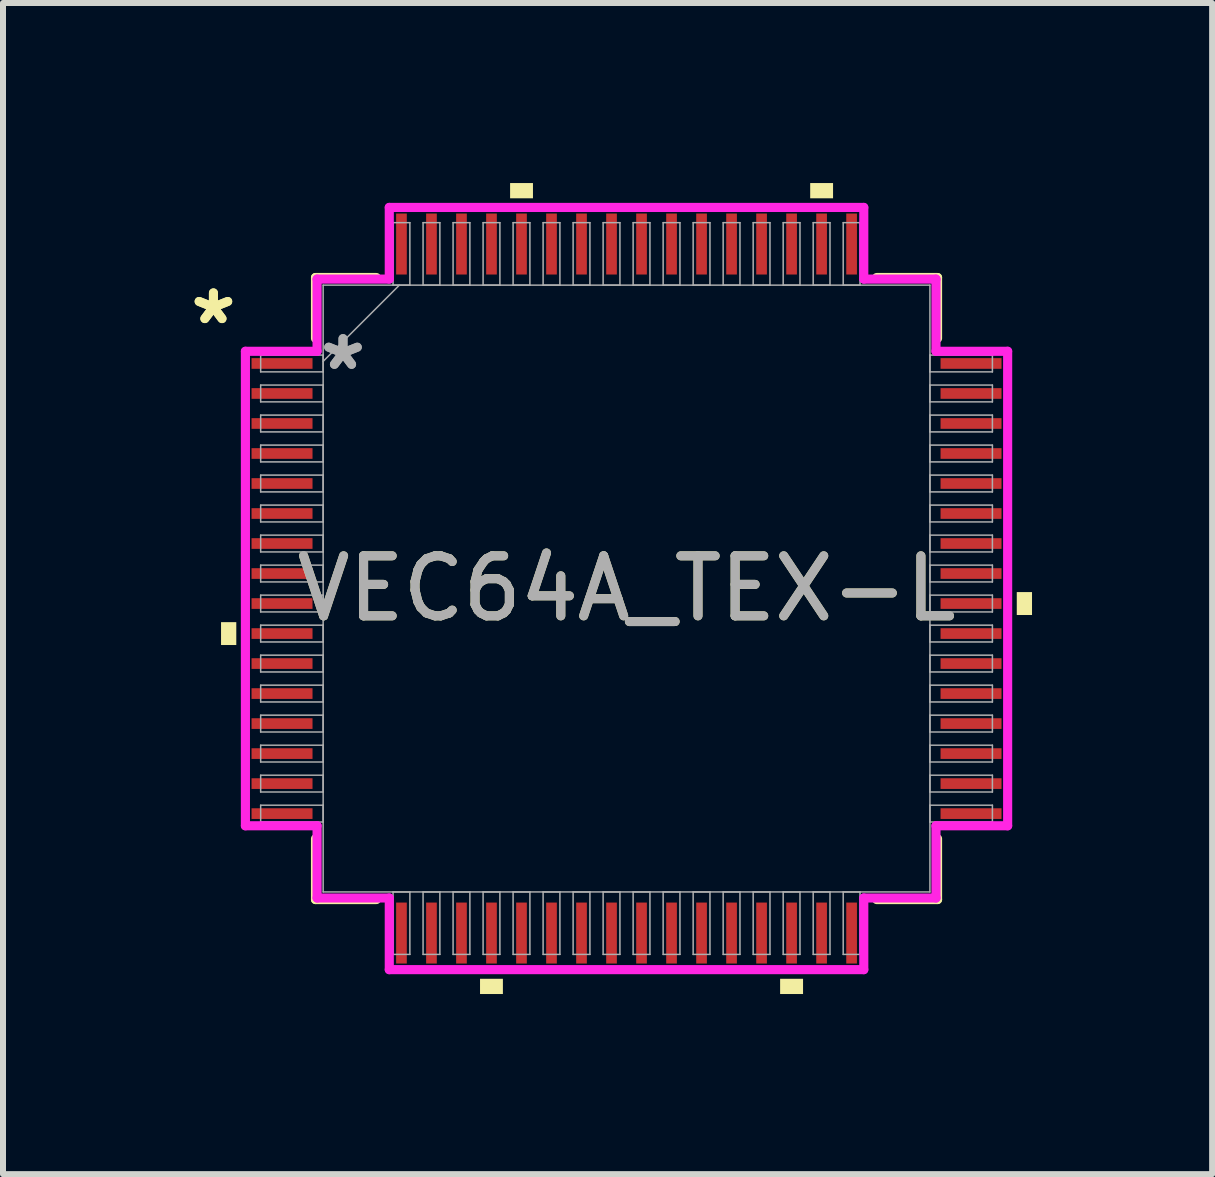
<source format=kicad_pcb>
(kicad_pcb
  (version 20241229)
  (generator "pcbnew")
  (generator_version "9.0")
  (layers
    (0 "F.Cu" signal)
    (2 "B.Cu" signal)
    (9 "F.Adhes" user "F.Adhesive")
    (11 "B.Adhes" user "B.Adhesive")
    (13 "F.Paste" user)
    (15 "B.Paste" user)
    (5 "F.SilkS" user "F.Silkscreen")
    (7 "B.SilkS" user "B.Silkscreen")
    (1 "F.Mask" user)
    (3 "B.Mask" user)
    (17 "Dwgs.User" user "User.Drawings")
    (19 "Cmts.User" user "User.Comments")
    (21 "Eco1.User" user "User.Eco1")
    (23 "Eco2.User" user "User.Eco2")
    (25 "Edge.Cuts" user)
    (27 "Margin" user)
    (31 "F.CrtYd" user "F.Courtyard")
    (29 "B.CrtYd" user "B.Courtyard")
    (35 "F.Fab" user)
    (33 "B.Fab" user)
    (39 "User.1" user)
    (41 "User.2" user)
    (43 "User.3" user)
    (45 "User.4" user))
  (footprint "VEC64A_TEX-L"
    (layer "F.Cu")
    (at 7.389 6.756)
    (property "Reference" "VEC64A_TEX-L" (at 0 0 0) (unlocked yes) (layer "F.SilkS") (effects (font (size 1 1) (thickness 0.15))))
    (attr smd)
    (fp_line (start -5.182 -5.182) (end -5.182 -4.168) (stroke (width 0.152) (type solid)) (layer "F.SilkS"))
    (fp_line (start -5.182 4.168) (end -5.182 5.182) (stroke (width 0.152) (type solid)) (layer "F.SilkS"))
    (fp_line (start -5.182 5.182) (end -4.168 5.182) (stroke (width 0.152) (type solid)) (layer "F.SilkS"))
    (fp_line (start -4.168 -5.182) (end -5.182 -5.182) (stroke (width 0.152) (type solid)) (layer "F.SilkS"))
    (fp_line (start 4.168 5.182) (end 5.182 5.182) (stroke (width 0.152) (type solid)) (layer "F.SilkS"))
    (fp_line (start 5.182 -5.182) (end 4.168 -5.182) (stroke (width 0.152) (type solid)) (layer "F.SilkS"))
    (fp_line (start 5.182 -4.168) (end 5.182 -5.182) (stroke (width 0.152) (type solid)) (layer "F.SilkS"))
    (fp_line (start 5.182 5.182) (end 5.182 4.168) (stroke (width 0.152) (type solid)) (layer "F.SilkS"))
    (fp_poly (pts (xy -6.756 0.56) (xy -6.756 0.941) (xy -6.502 0.941) (xy -6.502 0.56)) (stroke (width 0) (type solid)) (fill yes) (layer "F.SilkS"))
    (fp_poly (pts (xy -2.441 6.502) (xy -2.441 6.756) (xy -2.06 6.756) (xy -2.06 6.502)) (stroke (width 0) (type solid)) (fill yes) (layer "F.SilkS"))
    (fp_poly (pts (xy -1.94 -6.502) (xy -1.94 -6.756) (xy -1.559 -6.756) (xy -1.559 -6.502)) (stroke (width 0) (type solid)) (fill yes) (layer "F.SilkS"))
    (fp_poly (pts (xy 2.559 6.502) (xy 2.559 6.756) (xy 2.941 6.756) (xy 2.941 6.502)) (stroke (width 0) (type solid)) (fill yes) (layer "F.SilkS"))
    (fp_poly (pts (xy 3.06 -6.502) (xy 3.06 -6.756) (xy 3.441 -6.756) (xy 3.441 -6.502)) (stroke (width 0) (type solid)) (fill yes) (layer "F.SilkS"))
    (fp_poly (pts (xy 6.756 0.059) (xy 6.756 0.441) (xy 6.502 0.441) (xy 6.502 0.059)) (stroke (width 0) (type solid)) (fill yes) (layer "F.SilkS"))
    (fp_line (start -6.35 -3.953) (end -5.156 -3.953) (stroke (width 0.152) (type solid)) (layer "F.CrtYd"))
    (fp_line (start -6.35 3.953) (end -6.35 -3.953) (stroke (width 0.152) (type solid)) (layer "F.CrtYd"))
    (fp_line (start -6.35 3.953) (end -5.156 3.953) (stroke (width 0.152) (type solid)) (layer "F.CrtYd"))
    (fp_line (start -5.156 -5.156) (end -3.953 -5.156) (stroke (width 0.152) (type solid)) (layer "F.CrtYd"))
    (fp_line (start -5.156 -3.953) (end -5.156 -5.156) (stroke (width 0.152) (type solid)) (layer "F.CrtYd"))
    (fp_line (start -5.156 5.156) (end -5.156 3.953) (stroke (width 0.152) (type solid)) (layer "F.CrtYd"))
    (fp_line (start -3.953 -6.35) (end 3.953 -6.35) (stroke (width 0.152) (type solid)) (layer "F.CrtYd"))
    (fp_line (start -3.953 -5.156) (end -3.953 -6.35) (stroke (width 0.152) (type solid)) (layer "F.CrtYd"))
    (fp_line (start -3.953 5.156) (end -5.156 5.156) (stroke (width 0.152) (type solid)) (layer "F.CrtYd"))
    (fp_line (start -3.953 6.35) (end -3.953 5.156) (stroke (width 0.152) (type solid)) (layer "F.CrtYd"))
    (fp_line (start 3.953 -6.35) (end 3.953 -5.156) (stroke (width 0.152) (type solid)) (layer "F.CrtYd"))
    (fp_line (start 3.953 -5.156) (end 5.156 -5.156) (stroke (width 0.152) (type solid)) (layer "F.CrtYd"))
    (fp_line (start 3.953 5.156) (end 3.953 6.35) (stroke (width 0.152) (type solid)) (layer "F.CrtYd"))
    (fp_line (start 3.953 6.35) (end -3.953 6.35) (stroke (width 0.152) (type solid)) (layer "F.CrtYd"))
    (fp_line (start 5.156 -5.156) (end 5.156 -3.953) (stroke (width 0.152) (type solid)) (layer "F.CrtYd"))
    (fp_line (start 5.156 -3.953) (end 6.35 -3.953) (stroke (width 0.152) (type solid)) (layer "F.CrtYd"))
    (fp_line (start 5.156 3.953) (end 5.156 5.156) (stroke (width 0.152) (type solid)) (layer "F.CrtYd"))
    (fp_line (start 5.156 5.156) (end 3.953 5.156) (stroke (width 0.152) (type solid)) (layer "F.CrtYd"))
    (fp_line (start 6.35 -3.953) (end 6.35 3.953) (stroke (width 0.152) (type solid)) (layer "F.CrtYd"))
    (fp_line (start 6.35 3.953) (end 5.156 3.953) (stroke (width 0.152) (type solid)) (layer "F.CrtYd"))
    (fp_line (start -6.096 -3.89) (end -6.096 -3.61) (stroke (width 0.025) (type solid)) (layer "F.Fab"))
    (fp_line (start -6.096 -3.61) (end -5.055 -3.61) (stroke (width 0.025) (type solid)) (layer "F.Fab"))
    (fp_line (start -6.096 -3.39) (end -6.096 -3.11) (stroke (width 0.025) (type solid)) (layer "F.Fab"))
    (fp_line (start -6.096 -3.11) (end -5.055 -3.11) (stroke (width 0.025) (type solid)) (layer "F.Fab"))
    (fp_line (start -6.096 -2.89) (end -6.096 -2.61) (stroke (width 0.025) (type solid)) (layer "F.Fab"))
    (fp_line (start -6.096 -2.61) (end -5.055 -2.61) (stroke (width 0.025) (type solid)) (layer "F.Fab"))
    (fp_line (start -6.096 -2.39) (end -6.096 -2.11) (stroke (width 0.025) (type solid)) (layer "F.Fab"))
    (fp_line (start -6.096 -2.11) (end -5.055 -2.11) (stroke (width 0.025) (type solid)) (layer "F.Fab"))
    (fp_line (start -6.096 -1.89) (end -6.096 -1.61) (stroke (width 0.025) (type solid)) (layer "F.Fab"))
    (fp_line (start -6.096 -1.61) (end -5.055 -1.61) (stroke (width 0.025) (type solid)) (layer "F.Fab"))
    (fp_line (start -6.096 -1.39) (end -6.096 -1.11) (stroke (width 0.025) (type solid)) (layer "F.Fab"))
    (fp_line (start -6.096 -1.11) (end -5.055 -1.11) (stroke (width 0.025) (type solid)) (layer "F.Fab"))
    (fp_line (start -6.096 -0.89) (end -6.096 -0.61) (stroke (width 0.025) (type solid)) (layer "F.Fab"))
    (fp_line (start -6.096 -0.61) (end -5.055 -0.61) (stroke (width 0.025) (type solid)) (layer "F.Fab"))
    (fp_line (start -6.096 -0.39) (end -6.096 -0.11) (stroke (width 0.025) (type solid)) (layer "F.Fab"))
    (fp_line (start -6.096 -0.11) (end -5.055 -0.11) (stroke (width 0.025) (type solid)) (layer "F.Fab"))
    (fp_line (start -6.096 0.11) (end -6.096 0.39) (stroke (width 0.025) (type solid)) (layer "F.Fab"))
    (fp_line (start -6.096 0.39) (end -5.055 0.39) (stroke (width 0.025) (type solid)) (layer "F.Fab"))
    (fp_line (start -6.096 0.61) (end -6.096 0.89) (stroke (width 0.025) (type solid)) (layer "F.Fab"))
    (fp_line (start -6.096 0.89) (end -5.055 0.89) (stroke (width 0.025) (type solid)) (layer "F.Fab"))
    (fp_line (start -6.096 1.11) (end -6.096 1.39) (stroke (width 0.025) (type solid)) (layer "F.Fab"))
    (fp_line (start -6.096 1.39) (end -5.055 1.39) (stroke (width 0.025) (type solid)) (layer "F.Fab"))
    (fp_line (start -6.096 1.61) (end -6.096 1.89) (stroke (width 0.025) (type solid)) (layer "F.Fab"))
    (fp_line (start -6.096 1.89) (end -5.055 1.89) (stroke (width 0.025) (type solid)) (layer "F.Fab"))
    (fp_line (start -6.096 2.11) (end -6.096 2.39) (stroke (width 0.025) (type solid)) (layer "F.Fab"))
    (fp_line (start -6.096 2.39) (end -5.055 2.39) (stroke (width 0.025) (type solid)) (layer "F.Fab"))
    (fp_line (start -6.096 2.61) (end -6.096 2.89) (stroke (width 0.025) (type solid)) (layer "F.Fab"))
    (fp_line (start -6.096 2.89) (end -5.055 2.89) (stroke (width 0.025) (type solid)) (layer "F.Fab"))
    (fp_line (start -6.096 3.11) (end -6.096 3.39) (stroke (width 0.025) (type solid)) (layer "F.Fab"))
    (fp_line (start -6.096 3.39) (end -5.055 3.39) (stroke (width 0.025) (type solid)) (layer "F.Fab"))
    (fp_line (start -6.096 3.61) (end -6.096 3.89) (stroke (width 0.025) (type solid)) (layer "F.Fab"))
    (fp_line (start -6.096 3.89) (end -5.055 3.89) (stroke (width 0.025) (type solid)) (layer "F.Fab"))
    (fp_line (start -5.055 -5.055) (end -5.055 5.055) (stroke (width 0.025) (type solid)) (layer "F.Fab"))
    (fp_line (start -5.055 -3.89) (end -6.096 -3.89) (stroke (width 0.025) (type solid)) (layer "F.Fab"))
    (fp_line (start -5.055 -3.785) (end -3.785 -5.055) (stroke (width 0.025) (type solid)) (layer "F.Fab"))
    (fp_line (start -5.055 -3.61) (end -5.055 -3.89) (stroke (width 0.025) (type solid)) (layer "F.Fab"))
    (fp_line (start -5.055 -3.39) (end -6.096 -3.39) (stroke (width 0.025) (type solid)) (layer "F.Fab"))
    (fp_line (start -5.055 -3.11) (end -5.055 -3.39) (stroke (width 0.025) (type solid)) (layer "F.Fab"))
    (fp_line (start -5.055 -2.89) (end -6.096 -2.89) (stroke (width 0.025) (type solid)) (layer "F.Fab"))
    (fp_line (start -5.055 -2.61) (end -5.055 -2.89) (stroke (width 0.025) (type solid)) (layer "F.Fab"))
    (fp_line (start -5.055 -2.39) (end -6.096 -2.39) (stroke (width 0.025) (type solid)) (layer "F.Fab"))
    (fp_line (start -5.055 -2.11) (end -5.055 -2.39) (stroke (width 0.025) (type solid)) (layer "F.Fab"))
    (fp_line (start -5.055 -1.89) (end -6.096 -1.89) (stroke (width 0.025) (type solid)) (layer "F.Fab"))
    (fp_line (start -5.055 -1.61) (end -5.055 -1.89) (stroke (width 0.025) (type solid)) (layer "F.Fab"))
    (fp_line (start -5.055 -1.39) (end -6.096 -1.39) (stroke (width 0.025) (type solid)) (layer "F.Fab"))
    (fp_line (start -5.055 -1.11) (end -5.055 -1.39) (stroke (width 0.025) (type solid)) (layer "F.Fab"))
    (fp_line (start -5.055 -0.89) (end -6.096 -0.89) (stroke (width 0.025) (type solid)) (layer "F.Fab"))
    (fp_line (start -5.055 -0.61) (end -5.055 -0.89) (stroke (width 0.025) (type solid)) (layer "F.Fab"))
    (fp_line (start -5.055 -0.39) (end -6.096 -0.39) (stroke (width 0.025) (type solid)) (layer "F.Fab"))
    (fp_line (start -5.055 -0.11) (end -5.055 -0.39) (stroke (width 0.025) (type solid)) (layer "F.Fab"))
    (fp_line (start -5.055 0.11) (end -6.096 0.11) (stroke (width 0.025) (type solid)) (layer "F.Fab"))
    (fp_line (start -5.055 0.39) (end -5.055 0.11) (stroke (width 0.025) (type solid)) (layer "F.Fab"))
    (fp_line (start -5.055 0.61) (end -6.096 0.61) (stroke (width 0.025) (type solid)) (layer "F.Fab"))
    (fp_line (start -5.055 0.89) (end -5.055 0.61) (stroke (width 0.025) (type solid)) (layer "F.Fab"))
    (fp_line (start -5.055 1.11) (end -6.096 1.11) (stroke (width 0.025) (type solid)) (layer "F.Fab"))
    (fp_line (start -5.055 1.39) (end -5.055 1.11) (stroke (width 0.025) (type solid)) (layer "F.Fab"))
    (fp_line (start -5.055 1.61) (end -6.096 1.61) (stroke (width 0.025) (type solid)) (layer "F.Fab"))
    (fp_line (start -5.055 1.89) (end -5.055 1.61) (stroke (width 0.025) (type solid)) (layer "F.Fab"))
    (fp_line (start -5.055 2.11) (end -6.096 2.11) (stroke (width 0.025) (type solid)) (layer "F.Fab"))
    (fp_line (start -5.055 2.39) (end -5.055 2.11) (stroke (width 0.025) (type solid)) (layer "F.Fab"))
    (fp_line (start -5.055 2.61) (end -6.096 2.61) (stroke (width 0.025) (type solid)) (layer "F.Fab"))
    (fp_line (start -5.055 2.89) (end -5.055 2.61) (stroke (width 0.025) (type solid)) (layer "F.Fab"))
    (fp_line (start -5.055 3.11) (end -6.096 3.11) (stroke (width 0.025) (type solid)) (layer "F.Fab"))
    (fp_line (start -5.055 3.39) (end -5.055 3.11) (stroke (width 0.025) (type solid)) (layer "F.Fab"))
    (fp_line (start -5.055 3.61) (end -6.096 3.61) (stroke (width 0.025) (type solid)) (layer "F.Fab"))
    (fp_line (start -5.055 3.89) (end -5.055 3.61) (stroke (width 0.025) (type solid)) (layer "F.Fab"))
    (fp_line (start -5.055 5.055) (end 5.055 5.055) (stroke (width 0.025) (type solid)) (layer "F.Fab"))
    (fp_line (start -3.89 -6.096) (end -3.89 -5.055) (stroke (width 0.025) (type solid)) (layer "F.Fab"))
    (fp_line (start -3.89 -5.055) (end -3.61 -5.055) (stroke (width 0.025) (type solid)) (layer "F.Fab"))
    (fp_line (start -3.89 5.055) (end -3.89 6.096) (stroke (width 0.025) (type solid)) (layer "F.Fab"))
    (fp_line (start -3.89 6.096) (end -3.61 6.096) (stroke (width 0.025) (type solid)) (layer "F.Fab"))
    (fp_line (start -3.61 -6.096) (end -3.89 -6.096) (stroke (width 0.025) (type solid)) (layer "F.Fab"))
    (fp_line (start -3.61 -5.055) (end -3.61 -6.096) (stroke (width 0.025) (type solid)) (layer "F.Fab"))
    (fp_line (start -3.61 5.055) (end -3.89 5.055) (stroke (width 0.025) (type solid)) (layer "F.Fab"))
    (fp_line (start -3.61 6.096) (end -3.61 5.055) (stroke (width 0.025) (type solid)) (layer "F.Fab"))
    (fp_line (start -3.39 -6.096) (end -3.39 -5.055) (stroke (width 0.025) (type solid)) (layer "F.Fab"))
    (fp_line (start -3.39 -5.055) (end -3.11 -5.055) (stroke (width 0.025) (type solid)) (layer "F.Fab"))
    (fp_line (start -3.39 5.055) (end -3.39 6.096) (stroke (width 0.025) (type solid)) (layer "F.Fab"))
    (fp_line (start -3.39 6.096) (end -3.11 6.096) (stroke (width 0.025) (type solid)) (layer "F.Fab"))
    (fp_line (start -3.11 -6.096) (end -3.39 -6.096) (stroke (width 0.025) (type solid)) (layer "F.Fab"))
    (fp_line (start -3.11 -5.055) (end -3.11 -6.096) (stroke (width 0.025) (type solid)) (layer "F.Fab"))
    (fp_line (start -3.11 5.055) (end -3.39 5.055) (stroke (width 0.025) (type solid)) (layer "F.Fab"))
    (fp_line (start -3.11 6.096) (end -3.11 5.055) (stroke (width 0.025) (type solid)) (layer "F.Fab"))
    (fp_line (start -2.89 -6.096) (end -2.89 -5.055) (stroke (width 0.025) (type solid)) (layer "F.Fab"))
    (fp_line (start -2.89 -5.055) (end -2.61 -5.055) (stroke (width 0.025) (type solid)) (layer "F.Fab"))
    (fp_line (start -2.89 5.055) (end -2.89 6.096) (stroke (width 0.025) (type solid)) (layer "F.Fab"))
    (fp_line (start -2.89 6.096) (end -2.61 6.096) (stroke (width 0.025) (type solid)) (layer "F.Fab"))
    (fp_line (start -2.61 -6.096) (end -2.89 -6.096) (stroke (width 0.025) (type solid)) (layer "F.Fab"))
    (fp_line (start -2.61 -5.055) (end -2.61 -6.096) (stroke (width 0.025) (type solid)) (layer "F.Fab"))
    (fp_line (start -2.61 5.055) (end -2.89 5.055) (stroke (width 0.025) (type solid)) (layer "F.Fab"))
    (fp_line (start -2.61 6.096) (end -2.61 5.055) (stroke (width 0.025) (type solid)) (layer "F.Fab"))
    (fp_line (start -2.39 -6.096) (end -2.39 -5.055) (stroke (width 0.025) (type solid)) (layer "F.Fab"))
    (fp_line (start -2.39 -5.055) (end -2.11 -5.055) (stroke (width 0.025) (type solid)) (layer "F.Fab"))
    (fp_line (start -2.39 5.055) (end -2.39 6.096) (stroke (width 0.025) (type solid)) (layer "F.Fab"))
    (fp_line (start -2.39 6.096) (end -2.11 6.096) (stroke (width 0.025) (type solid)) (layer "F.Fab"))
    (fp_line (start -2.11 -6.096) (end -2.39 -6.096) (stroke (width 0.025) (type solid)) (layer "F.Fab"))
    (fp_line (start -2.11 -5.055) (end -2.11 -6.096) (stroke (width 0.025) (type solid)) (layer "F.Fab"))
    (fp_line (start -2.11 5.055) (end -2.39 5.055) (stroke (width 0.025) (type solid)) (layer "F.Fab"))
    (fp_line (start -2.11 6.096) (end -2.11 5.055) (stroke (width 0.025) (type solid)) (layer "F.Fab"))
    (fp_line (start -1.89 -6.096) (end -1.89 -5.055) (stroke (width 0.025) (type solid)) (layer "F.Fab"))
    (fp_line (start -1.89 -5.055) (end -1.61 -5.055) (stroke (width 0.025) (type solid)) (layer "F.Fab"))
    (fp_line (start -1.89 5.055) (end -1.89 6.096) (stroke (width 0.025) (type solid)) (layer "F.Fab"))
    (fp_line (start -1.89 6.096) (end -1.61 6.096) (stroke (width 0.025) (type solid)) (layer "F.Fab"))
    (fp_line (start -1.61 -6.096) (end -1.89 -6.096) (stroke (width 0.025) (type solid)) (layer "F.Fab"))
    (fp_line (start -1.61 -5.055) (end -1.61 -6.096) (stroke (width 0.025) (type solid)) (layer "F.Fab"))
    (fp_line (start -1.61 5.055) (end -1.89 5.055) (stroke (width 0.025) (type solid)) (layer "F.Fab"))
    (fp_line (start -1.61 6.096) (end -1.61 5.055) (stroke (width 0.025) (type solid)) (layer "F.Fab"))
    (fp_line (start -1.39 -6.096) (end -1.39 -5.055) (stroke (width 0.025) (type solid)) (layer "F.Fab"))
    (fp_line (start -1.39 -5.055) (end -1.11 -5.055) (stroke (width 0.025) (type solid)) (layer "F.Fab"))
    (fp_line (start -1.39 5.055) (end -1.39 6.096) (stroke (width 0.025) (type solid)) (layer "F.Fab"))
    (fp_line (start -1.39 6.096) (end -1.11 6.096) (stroke (width 0.025) (type solid)) (layer "F.Fab"))
    (fp_line (start -1.11 -6.096) (end -1.39 -6.096) (stroke (width 0.025) (type solid)) (layer "F.Fab"))
    (fp_line (start -1.11 -5.055) (end -1.11 -6.096) (stroke (width 0.025) (type solid)) (layer "F.Fab"))
    (fp_line (start -1.11 5.055) (end -1.39 5.055) (stroke (width 0.025) (type solid)) (layer "F.Fab"))
    (fp_line (start -1.11 6.096) (end -1.11 5.055) (stroke (width 0.025) (type solid)) (layer "F.Fab"))
    (fp_line (start -0.89 -6.096) (end -0.89 -5.055) (stroke (width 0.025) (type solid)) (layer "F.Fab"))
    (fp_line (start -0.89 -5.055) (end -0.61 -5.055) (stroke (width 0.025) (type solid)) (layer "F.Fab"))
    (fp_line (start -0.89 5.055) (end -0.89 6.096) (stroke (width 0.025) (type solid)) (layer "F.Fab"))
    (fp_line (start -0.89 6.096) (end -0.61 6.096) (stroke (width 0.025) (type solid)) (layer "F.Fab"))
    (fp_line (start -0.61 -6.096) (end -0.89 -6.096) (stroke (width 0.025) (type solid)) (layer "F.Fab"))
    (fp_line (start -0.61 -5.055) (end -0.61 -6.096) (stroke (width 0.025) (type solid)) (layer "F.Fab"))
    (fp_line (start -0.61 5.055) (end -0.89 5.055) (stroke (width 0.025) (type solid)) (layer "F.Fab"))
    (fp_line (start -0.61 6.096) (end -0.61 5.055) (stroke (width 0.025) (type solid)) (layer "F.Fab"))
    (fp_line (start -0.39 -6.096) (end -0.39 -5.055) (stroke (width 0.025) (type solid)) (layer "F.Fab"))
    (fp_line (start -0.39 -5.055) (end -0.11 -5.055) (stroke (width 0.025) (type solid)) (layer "F.Fab"))
    (fp_line (start -0.39 5.055) (end -0.39 6.096) (stroke (width 0.025) (type solid)) (layer "F.Fab"))
    (fp_line (start -0.39 6.096) (end -0.11 6.096) (stroke (width 0.025) (type solid)) (layer "F.Fab"))
    (fp_line (start -0.11 -6.096) (end -0.39 -6.096) (stroke (width 0.025) (type solid)) (layer "F.Fab"))
    (fp_line (start -0.11 -5.055) (end -0.11 -6.096) (stroke (width 0.025) (type solid)) (layer "F.Fab"))
    (fp_line (start -0.11 5.055) (end -0.39 5.055) (stroke (width 0.025) (type solid)) (layer "F.Fab"))
    (fp_line (start -0.11 6.096) (end -0.11 5.055) (stroke (width 0.025) (type solid)) (layer "F.Fab"))
    (fp_line (start 0.11 -6.096) (end 0.11 -5.055) (stroke (width 0.025) (type solid)) (layer "F.Fab"))
    (fp_line (start 0.11 -5.055) (end 0.39 -5.055) (stroke (width 0.025) (type solid)) (layer "F.Fab"))
    (fp_line (start 0.11 5.055) (end 0.11 6.096) (stroke (width 0.025) (type solid)) (layer "F.Fab"))
    (fp_line (start 0.11 6.096) (end 0.39 6.096) (stroke (width 0.025) (type solid)) (layer "F.Fab"))
    (fp_line (start 0.39 -6.096) (end 0.11 -6.096) (stroke (width 0.025) (type solid)) (layer "F.Fab"))
    (fp_line (start 0.39 -5.055) (end 0.39 -6.096) (stroke (width 0.025) (type solid)) (layer "F.Fab"))
    (fp_line (start 0.39 5.055) (end 0.11 5.055) (stroke (width 0.025) (type solid)) (layer "F.Fab"))
    (fp_line (start 0.39 6.096) (end 0.39 5.055) (stroke (width 0.025) (type solid)) (layer "F.Fab"))
    (fp_line (start 0.61 -6.096) (end 0.61 -5.055) (stroke (width 0.025) (type solid)) (layer "F.Fab"))
    (fp_line (start 0.61 -5.055) (end 0.89 -5.055) (stroke (width 0.025) (type solid)) (layer "F.Fab"))
    (fp_line (start 0.61 5.055) (end 0.61 6.096) (stroke (width 0.025) (type solid)) (layer "F.Fab"))
    (fp_line (start 0.61 6.096) (end 0.89 6.096) (stroke (width 0.025) (type solid)) (layer "F.Fab"))
    (fp_line (start 0.89 -6.096) (end 0.61 -6.096) (stroke (width 0.025) (type solid)) (layer "F.Fab"))
    (fp_line (start 0.89 -5.055) (end 0.89 -6.096) (stroke (width 0.025) (type solid)) (layer "F.Fab"))
    (fp_line (start 0.89 5.055) (end 0.61 5.055) (stroke (width 0.025) (type solid)) (layer "F.Fab"))
    (fp_line (start 0.89 6.096) (end 0.89 5.055) (stroke (width 0.025) (type solid)) (layer "F.Fab"))
    (fp_line (start 1.11 -6.096) (end 1.11 -5.055) (stroke (width 0.025) (type solid)) (layer "F.Fab"))
    (fp_line (start 1.11 -5.055) (end 1.39 -5.055) (stroke (width 0.025) (type solid)) (layer "F.Fab"))
    (fp_line (start 1.11 5.055) (end 1.11 6.096) (stroke (width 0.025) (type solid)) (layer "F.Fab"))
    (fp_line (start 1.11 6.096) (end 1.39 6.096) (stroke (width 0.025) (type solid)) (layer "F.Fab"))
    (fp_line (start 1.39 -6.096) (end 1.11 -6.096) (stroke (width 0.025) (type solid)) (layer "F.Fab"))
    (fp_line (start 1.39 -5.055) (end 1.39 -6.096) (stroke (width 0.025) (type solid)) (layer "F.Fab"))
    (fp_line (start 1.39 5.055) (end 1.11 5.055) (stroke (width 0.025) (type solid)) (layer "F.Fab"))
    (fp_line (start 1.39 6.096) (end 1.39 5.055) (stroke (width 0.025) (type solid)) (layer "F.Fab"))
    (fp_line (start 1.61 -6.096) (end 1.61 -5.055) (stroke (width 0.025) (type solid)) (layer "F.Fab"))
    (fp_line (start 1.61 -5.055) (end 1.89 -5.055) (stroke (width 0.025) (type solid)) (layer "F.Fab"))
    (fp_line (start 1.61 5.055) (end 1.61 6.096) (stroke (width 0.025) (type solid)) (layer "F.Fab"))
    (fp_line (start 1.61 6.096) (end 1.89 6.096) (stroke (width 0.025) (type solid)) (layer "F.Fab"))
    (fp_line (start 1.89 -6.096) (end 1.61 -6.096) (stroke (width 0.025) (type solid)) (layer "F.Fab"))
    (fp_line (start 1.89 -5.055) (end 1.89 -6.096) (stroke (width 0.025) (type solid)) (layer "F.Fab"))
    (fp_line (start 1.89 5.055) (end 1.61 5.055) (stroke (width 0.025) (type solid)) (layer "F.Fab"))
    (fp_line (start 1.89 6.096) (end 1.89 5.055) (stroke (width 0.025) (type solid)) (layer "F.Fab"))
    (fp_line (start 2.11 -6.096) (end 2.11 -5.055) (stroke (width 0.025) (type solid)) (layer "F.Fab"))
    (fp_line (start 2.11 -5.055) (end 2.39 -5.055) (stroke (width 0.025) (type solid)) (layer "F.Fab"))
    (fp_line (start 2.11 5.055) (end 2.11 6.096) (stroke (width 0.025) (type solid)) (layer "F.Fab"))
    (fp_line (start 2.11 6.096) (end 2.39 6.096) (stroke (width 0.025) (type solid)) (layer "F.Fab"))
    (fp_line (start 2.39 -6.096) (end 2.11 -6.096) (stroke (width 0.025) (type solid)) (layer "F.Fab"))
    (fp_line (start 2.39 -5.055) (end 2.39 -6.096) (stroke (width 0.025) (type solid)) (layer "F.Fab"))
    (fp_line (start 2.39 5.055) (end 2.11 5.055) (stroke (width 0.025) (type solid)) (layer "F.Fab"))
    (fp_line (start 2.39 6.096) (end 2.39 5.055) (stroke (width 0.025) (type solid)) (layer "F.Fab"))
    (fp_line (start 2.61 -6.096) (end 2.61 -5.055) (stroke (width 0.025) (type solid)) (layer "F.Fab"))
    (fp_line (start 2.61 -5.055) (end 2.89 -5.055) (stroke (width 0.025) (type solid)) (layer "F.Fab"))
    (fp_line (start 2.61 5.055) (end 2.61 6.096) (stroke (width 0.025) (type solid)) (layer "F.Fab"))
    (fp_line (start 2.61 6.096) (end 2.89 6.096) (stroke (width 0.025) (type solid)) (layer "F.Fab"))
    (fp_line (start 2.89 -6.096) (end 2.61 -6.096) (stroke (width 0.025) (type solid)) (layer "F.Fab"))
    (fp_line (start 2.89 -5.055) (end 2.89 -6.096) (stroke (width 0.025) (type solid)) (layer "F.Fab"))
    (fp_line (start 2.89 5.055) (end 2.61 5.055) (stroke (width 0.025) (type solid)) (layer "F.Fab"))
    (fp_line (start 2.89 6.096) (end 2.89 5.055) (stroke (width 0.025) (type solid)) (layer "F.Fab"))
    (fp_line (start 3.11 -6.096) (end 3.11 -5.055) (stroke (width 0.025) (type solid)) (layer "F.Fab"))
    (fp_line (start 3.11 -5.055) (end 3.39 -5.055) (stroke (width 0.025) (type solid)) (layer "F.Fab"))
    (fp_line (start 3.11 5.055) (end 3.11 6.096) (stroke (width 0.025) (type solid)) (layer "F.Fab"))
    (fp_line (start 3.11 6.096) (end 3.39 6.096) (stroke (width 0.025) (type solid)) (layer "F.Fab"))
    (fp_line (start 3.39 -6.096) (end 3.11 -6.096) (stroke (width 0.025) (type solid)) (layer "F.Fab"))
    (fp_line (start 3.39 -5.055) (end 3.39 -6.096) (stroke (width 0.025) (type solid)) (layer "F.Fab"))
    (fp_line (start 3.39 5.055) (end 3.11 5.055) (stroke (width 0.025) (type solid)) (layer "F.Fab"))
    (fp_line (start 3.39 6.096) (end 3.39 5.055) (stroke (width 0.025) (type solid)) (layer "F.Fab"))
    (fp_line (start 3.61 -6.096) (end 3.61 -5.055) (stroke (width 0.025) (type solid)) (layer "F.Fab"))
    (fp_line (start 3.61 -5.055) (end 3.89 -5.055) (stroke (width 0.025) (type solid)) (layer "F.Fab"))
    (fp_line (start 3.61 5.055) (end 3.61 6.096) (stroke (width 0.025) (type solid)) (layer "F.Fab"))
    (fp_line (start 3.61 6.096) (end 3.89 6.096) (stroke (width 0.025) (type solid)) (layer "F.Fab"))
    (fp_line (start 3.89 -6.096) (end 3.61 -6.096) (stroke (width 0.025) (type solid)) (layer "F.Fab"))
    (fp_line (start 3.89 -5.055) (end 3.89 -6.096) (stroke (width 0.025) (type solid)) (layer "F.Fab"))
    (fp_line (start 3.89 5.055) (end 3.61 5.055) (stroke (width 0.025) (type solid)) (layer "F.Fab"))
    (fp_line (start 3.89 6.096) (end 3.89 5.055) (stroke (width 0.025) (type solid)) (layer "F.Fab"))
    (fp_line (start 5.055 -5.055) (end -5.055 -5.055) (stroke (width 0.025) (type solid)) (layer "F.Fab"))
    (fp_line (start 5.055 -3.89) (end 5.055 -3.61) (stroke (width 0.025) (type solid)) (layer "F.Fab"))
    (fp_line (start 5.055 -3.61) (end 6.096 -3.61) (stroke (width 0.025) (type solid)) (layer "F.Fab"))
    (fp_line (start 5.055 -3.39) (end 5.055 -3.11) (stroke (width 0.025) (type solid)) (layer "F.Fab"))
    (fp_line (start 5.055 -3.11) (end 6.096 -3.11) (stroke (width 0.025) (type solid)) (layer "F.Fab"))
    (fp_line (start 5.055 -2.89) (end 5.055 -2.61) (stroke (width 0.025) (type solid)) (layer "F.Fab"))
    (fp_line (start 5.055 -2.61) (end 6.096 -2.61) (stroke (width 0.025) (type solid)) (layer "F.Fab"))
    (fp_line (start 5.055 -2.39) (end 5.055 -2.11) (stroke (width 0.025) (type solid)) (layer "F.Fab"))
    (fp_line (start 5.055 -2.11) (end 6.096 -2.11) (stroke (width 0.025) (type solid)) (layer "F.Fab"))
    (fp_line (start 5.055 -1.89) (end 5.055 -1.61) (stroke (width 0.025) (type solid)) (layer "F.Fab"))
    (fp_line (start 5.055 -1.61) (end 6.096 -1.61) (stroke (width 0.025) (type solid)) (layer "F.Fab"))
    (fp_line (start 5.055 -1.39) (end 5.055 -1.11) (stroke (width 0.025) (type solid)) (layer "F.Fab"))
    (fp_line (start 5.055 -1.11) (end 6.096 -1.11) (stroke (width 0.025) (type solid)) (layer "F.Fab"))
    (fp_line (start 5.055 -0.89) (end 5.055 -0.61) (stroke (width 0.025) (type solid)) (layer "F.Fab"))
    (fp_line (start 5.055 -0.61) (end 6.096 -0.61) (stroke (width 0.025) (type solid)) (layer "F.Fab"))
    (fp_line (start 5.055 -0.39) (end 5.055 -0.11) (stroke (width 0.025) (type solid)) (layer "F.Fab"))
    (fp_line (start 5.055 -0.11) (end 6.096 -0.11) (stroke (width 0.025) (type solid)) (layer "F.Fab"))
    (fp_line (start 5.055 0.11) (end 5.055 0.39) (stroke (width 0.025) (type solid)) (layer "F.Fab"))
    (fp_line (start 5.055 0.39) (end 6.096 0.39) (stroke (width 0.025) (type solid)) (layer "F.Fab"))
    (fp_line (start 5.055 0.61) (end 5.055 0.89) (stroke (width 0.025) (type solid)) (layer "F.Fab"))
    (fp_line (start 5.055 0.89) (end 6.096 0.89) (stroke (width 0.025) (type solid)) (layer "F.Fab"))
    (fp_line (start 5.055 1.11) (end 5.055 1.39) (stroke (width 0.025) (type solid)) (layer "F.Fab"))
    (fp_line (start 5.055 1.39) (end 6.096 1.39) (stroke (width 0.025) (type solid)) (layer "F.Fab"))
    (fp_line (start 5.055 1.61) (end 5.055 1.89) (stroke (width 0.025) (type solid)) (layer "F.Fab"))
    (fp_line (start 5.055 1.89) (end 6.096 1.89) (stroke (width 0.025) (type solid)) (layer "F.Fab"))
    (fp_line (start 5.055 2.11) (end 5.055 2.39) (stroke (width 0.025) (type solid)) (layer "F.Fab"))
    (fp_line (start 5.055 2.39) (end 6.096 2.39) (stroke (width 0.025) (type solid)) (layer "F.Fab"))
    (fp_line (start 5.055 2.61) (end 5.055 2.89) (stroke (width 0.025) (type solid)) (layer "F.Fab"))
    (fp_line (start 5.055 2.89) (end 6.096 2.89) (stroke (width 0.025) (type solid)) (layer "F.Fab"))
    (fp_line (start 5.055 3.11) (end 5.055 3.39) (stroke (width 0.025) (type solid)) (layer "F.Fab"))
    (fp_line (start 5.055 3.39) (end 6.096 3.39) (stroke (width 0.025) (type solid)) (layer "F.Fab"))
    (fp_line (start 5.055 3.61) (end 5.055 3.89) (stroke (width 0.025) (type solid)) (layer "F.Fab"))
    (fp_line (start 5.055 3.89) (end 6.096 3.89) (stroke (width 0.025) (type solid)) (layer "F.Fab"))
    (fp_line (start 5.055 5.055) (end 5.055 -5.055) (stroke (width 0.025) (type solid)) (layer "F.Fab"))
    (fp_line (start 6.096 -3.89) (end 5.055 -3.89) (stroke (width 0.025) (type solid)) (layer "F.Fab"))
    (fp_line (start 6.096 -3.61) (end 6.096 -3.89) (stroke (width 0.025) (type solid)) (layer "F.Fab"))
    (fp_line (start 6.096 -3.39) (end 5.055 -3.39) (stroke (width 0.025) (type solid)) (layer "F.Fab"))
    (fp_line (start 6.096 -3.11) (end 6.096 -3.39) (stroke (width 0.025) (type solid)) (layer "F.Fab"))
    (fp_line (start 6.096 -2.89) (end 5.055 -2.89) (stroke (width 0.025) (type solid)) (layer "F.Fab"))
    (fp_line (start 6.096 -2.61) (end 6.096 -2.89) (stroke (width 0.025) (type solid)) (layer "F.Fab"))
    (fp_line (start 6.096 -2.39) (end 5.055 -2.39) (stroke (width 0.025) (type solid)) (layer "F.Fab"))
    (fp_line (start 6.096 -2.11) (end 6.096 -2.39) (stroke (width 0.025) (type solid)) (layer "F.Fab"))
    (fp_line (start 6.096 -1.89) (end 5.055 -1.89) (stroke (width 0.025) (type solid)) (layer "F.Fab"))
    (fp_line (start 6.096 -1.61) (end 6.096 -1.89) (stroke (width 0.025) (type solid)) (layer "F.Fab"))
    (fp_line (start 6.096 -1.39) (end 5.055 -1.39) (stroke (width 0.025) (type solid)) (layer "F.Fab"))
    (fp_line (start 6.096 -1.11) (end 6.096 -1.39) (stroke (width 0.025) (type solid)) (layer "F.Fab"))
    (fp_line (start 6.096 -0.89) (end 5.055 -0.89) (stroke (width 0.025) (type solid)) (layer "F.Fab"))
    (fp_line (start 6.096 -0.61) (end 6.096 -0.89) (stroke (width 0.025) (type solid)) (layer "F.Fab"))
    (fp_line (start 6.096 -0.39) (end 5.055 -0.39) (stroke (width 0.025) (type solid)) (layer "F.Fab"))
    (fp_line (start 6.096 -0.11) (end 6.096 -0.39) (stroke (width 0.025) (type solid)) (layer "F.Fab"))
    (fp_line (start 6.096 0.11) (end 5.055 0.11) (stroke (width 0.025) (type solid)) (layer "F.Fab"))
    (fp_line (start 6.096 0.39) (end 6.096 0.11) (stroke (width 0.025) (type solid)) (layer "F.Fab"))
    (fp_line (start 6.096 0.61) (end 5.055 0.61) (stroke (width 0.025) (type solid)) (layer "F.Fab"))
    (fp_line (start 6.096 0.89) (end 6.096 0.61) (stroke (width 0.025) (type solid)) (layer "F.Fab"))
    (fp_line (start 6.096 1.11) (end 5.055 1.11) (stroke (width 0.025) (type solid)) (layer "F.Fab"))
    (fp_line (start 6.096 1.39) (end 6.096 1.11) (stroke (width 0.025) (type solid)) (layer "F.Fab"))
    (fp_line (start 6.096 1.61) (end 5.055 1.61) (stroke (width 0.025) (type solid)) (layer "F.Fab"))
    (fp_line (start 6.096 1.89) (end 6.096 1.61) (stroke (width 0.025) (type solid)) (layer "F.Fab"))
    (fp_line (start 6.096 2.11) (end 5.055 2.11) (stroke (width 0.025) (type solid)) (layer "F.Fab"))
    (fp_line (start 6.096 2.39) (end 6.096 2.11) (stroke (width 0.025) (type solid)) (layer "F.Fab"))
    (fp_line (start 6.096 2.61) (end 5.055 2.61) (stroke (width 0.025) (type solid)) (layer "F.Fab"))
    (fp_line (start 6.096 2.89) (end 6.096 2.61) (stroke (width 0.025) (type solid)) (layer "F.Fab"))
    (fp_line (start 6.096 3.11) (end 5.055 3.11) (stroke (width 0.025) (type solid)) (layer "F.Fab"))
    (fp_line (start 6.096 3.39) (end 6.096 3.11) (stroke (width 0.025) (type solid)) (layer "F.Fab"))
    (fp_line (start 6.096 3.61) (end 5.055 3.61) (stroke (width 0.025) (type solid)) (layer "F.Fab"))
    (fp_line (start 6.096 3.89) (end 6.096 3.61) (stroke (width 0.025) (type solid)) (layer "F.Fab"))
    (fp_text user "*" (at -6.883 -4.381 0) (unlocked yes) (layer "F.SilkS") (effects (font (size 1 1) (thickness 0.15))))
    (fp_text user "*" (at -6.883 -4.381 0) (layer "F.SilkS") (effects (font (size 1 1) (thickness 0.15))))
    (fp_text user "${REFERENCE}" (at 0 0 0) (unlocked yes) (layer "F.Fab") (effects (font (size 1 1) (thickness 0.15))))
    (fp_text user "*" (at -4.724 -3.619 0) (unlocked yes) (layer "F.Fab") (effects (font (size 1 1) (thickness 0.15))))
    (fp_text user "*" (at -4.724 -3.619 0) (layer "F.Fab") (effects (font (size 1 1) (thickness 0.15))))
    (pad "1" smd rect (at -5.74 -3.75 90) (size 0.178 1.016) (layers "F.Cu" "F.Mask" "F.Paste"))
    (pad "2" smd rect (at -5.74 -3.25 90) (size 0.178 1.016) (layers "F.Cu" "F.Mask" "F.Paste"))
    (pad "3" smd rect (at -5.74 -2.75 90) (size 0.178 1.016) (layers "F.Cu" "F.Mask" "F.Paste"))
    (pad "4" smd rect (at -5.74 -2.25 90) (size 0.178 1.016) (layers "F.Cu" "F.Mask" "F.Paste"))
    (pad "5" smd rect (at -5.74 -1.75 90) (size 0.178 1.016) (layers "F.Cu" "F.Mask" "F.Paste"))
    (pad "6" smd rect (at -5.74 -1.25 90) (size 0.178 1.016) (layers "F.Cu" "F.Mask" "F.Paste"))
    (pad "7" smd rect (at -5.74 -0.75 90) (size 0.178 1.016) (layers "F.Cu" "F.Mask" "F.Paste"))
    (pad "8" smd rect (at -5.74 -0.25 90) (size 0.178 1.016) (layers "F.Cu" "F.Mask" "F.Paste"))
    (pad "9" smd rect (at -5.74 0.25 90) (size 0.178 1.016) (layers "F.Cu" "F.Mask" "F.Paste"))
    (pad "10" smd rect (at -5.74 0.75 90) (size 0.178 1.016) (layers "F.Cu" "F.Mask" "F.Paste"))
    (pad "11" smd rect (at -5.74 1.25 90) (size 0.178 1.016) (layers "F.Cu" "F.Mask" "F.Paste"))
    (pad "12" smd rect (at -5.74 1.75 90) (size 0.178 1.016) (layers "F.Cu" "F.Mask" "F.Paste"))
    (pad "13" smd rect (at -5.74 2.25 90) (size 0.178 1.016) (layers "F.Cu" "F.Mask" "F.Paste"))
    (pad "14" smd rect (at -5.74 2.75 90) (size 0.178 1.016) (layers "F.Cu" "F.Mask" "F.Paste"))
    (pad "15" smd rect (at -5.74 3.25 90) (size 0.178 1.016) (layers "F.Cu" "F.Mask" "F.Paste"))
    (pad "16" smd rect (at -5.74 3.75 90) (size 0.178 1.016) (layers "F.Cu" "F.Mask" "F.Paste"))
    (pad "17" smd rect (at -3.75 5.74) (size 0.178 1.016) (layers "F.Cu" "F.Mask" "F.Paste"))
    (pad "18" smd rect (at -3.25 5.74) (size 0.178 1.016) (layers "F.Cu" "F.Mask" "F.Paste"))
    (pad "19" smd rect (at -2.75 5.74) (size 0.178 1.016) (layers "F.Cu" "F.Mask" "F.Paste"))
    (pad "20" smd rect (at -2.25 5.74) (size 0.178 1.016) (layers "F.Cu" "F.Mask" "F.Paste"))
    (pad "21" smd rect (at -1.75 5.74) (size 0.178 1.016) (layers "F.Cu" "F.Mask" "F.Paste"))
    (pad "22" smd rect (at -1.25 5.74) (size 0.178 1.016) (layers "F.Cu" "F.Mask" "F.Paste"))
    (pad "23" smd rect (at -0.75 5.74) (size 0.178 1.016) (layers "F.Cu" "F.Mask" "F.Paste"))
    (pad "24" smd rect (at -0.25 5.74) (size 0.178 1.016) (layers "F.Cu" "F.Mask" "F.Paste"))
    (pad "25" smd rect (at 0.25 5.74) (size 0.178 1.016) (layers "F.Cu" "F.Mask" "F.Paste"))
    (pad "26" smd rect (at 0.75 5.74) (size 0.178 1.016) (layers "F.Cu" "F.Mask" "F.Paste"))
    (pad "27" smd rect (at 1.25 5.74) (size 0.178 1.016) (layers "F.Cu" "F.Mask" "F.Paste"))
    (pad "28" smd rect (at 1.75 5.74) (size 0.178 1.016) (layers "F.Cu" "F.Mask" "F.Paste"))
    (pad "29" smd rect (at 2.25 5.74) (size 0.178 1.016) (layers "F.Cu" "F.Mask" "F.Paste"))
    (pad "30" smd rect (at 2.75 5.74) (size 0.178 1.016) (layers "F.Cu" "F.Mask" "F.Paste"))
    (pad "31" smd rect (at 3.25 5.74) (size 0.178 1.016) (layers "F.Cu" "F.Mask" "F.Paste"))
    (pad "32" smd rect (at 3.75 5.74) (size 0.178 1.016) (layers "F.Cu" "F.Mask" "F.Paste"))
    (pad "33" smd rect (at 5.74 3.75 90) (size 0.178 1.016) (layers "F.Cu" "F.Mask" "F.Paste"))
    (pad "34" smd rect (at 5.74 3.25 90) (size 0.178 1.016) (layers "F.Cu" "F.Mask" "F.Paste"))
    (pad "35" smd rect (at 5.74 2.75 90) (size 0.178 1.016) (layers "F.Cu" "F.Mask" "F.Paste"))
    (pad "36" smd rect (at 5.74 2.25 90) (size 0.178 1.016) (layers "F.Cu" "F.Mask" "F.Paste"))
    (pad "37" smd rect (at 5.74 1.75 90) (size 0.178 1.016) (layers "F.Cu" "F.Mask" "F.Paste"))
    (pad "38" smd rect (at 5.74 1.25 90) (size 0.178 1.016) (layers "F.Cu" "F.Mask" "F.Paste"))
    (pad "39" smd rect (at 5.74 0.75 90) (size 0.178 1.016) (layers "F.Cu" "F.Mask" "F.Paste"))
    (pad "40" smd rect (at 5.74 0.25 90) (size 0.178 1.016) (layers "F.Cu" "F.Mask" "F.Paste"))
    (pad "41" smd rect (at 5.74 -0.25 90) (size 0.178 1.016) (layers "F.Cu" "F.Mask" "F.Paste"))
    (pad "42" smd rect (at 5.74 -0.75 90) (size 0.178 1.016) (layers "F.Cu" "F.Mask" "F.Paste"))
    (pad "43" smd rect (at 5.74 -1.25 90) (size 0.178 1.016) (layers "F.Cu" "F.Mask" "F.Paste"))
    (pad "44" smd rect (at 5.74 -1.75 90) (size 0.178 1.016) (layers "F.Cu" "F.Mask" "F.Paste"))
    (pad "45" smd rect (at 5.74 -2.25 90) (size 0.178 1.016) (layers "F.Cu" "F.Mask" "F.Paste"))
    (pad "46" smd rect (at 5.74 -2.75 90) (size 0.178 1.016) (layers "F.Cu" "F.Mask" "F.Paste"))
    (pad "47" smd rect (at 5.74 -3.25 90) (size 0.178 1.016) (layers "F.Cu" "F.Mask" "F.Paste"))
    (pad "48" smd rect (at 5.74 -3.75 90) (size 0.178 1.016) (layers "F.Cu" "F.Mask" "F.Paste"))
    (pad "49" smd rect (at 3.75 -5.74) (size 0.178 1.016) (layers "F.Cu" "F.Mask" "F.Paste"))
    (pad "50" smd rect (at 3.25 -5.74) (size 0.178 1.016) (layers "F.Cu" "F.Mask" "F.Paste"))
    (pad "51" smd rect (at 2.75 -5.74) (size 0.178 1.016) (layers "F.Cu" "F.Mask" "F.Paste"))
    (pad "52" smd rect (at 2.25 -5.74) (size 0.178 1.016) (layers "F.Cu" "F.Mask" "F.Paste"))
    (pad "53" smd rect (at 1.75 -5.74) (size 0.178 1.016) (layers "F.Cu" "F.Mask" "F.Paste"))
    (pad "54" smd rect (at 1.25 -5.74) (size 0.178 1.016) (layers "F.Cu" "F.Mask" "F.Paste"))
    (pad "55" smd rect (at 0.75 -5.74) (size 0.178 1.016) (layers "F.Cu" "F.Mask" "F.Paste"))
    (pad "56" smd rect (at 0.25 -5.74) (size 0.178 1.016) (layers "F.Cu" "F.Mask" "F.Paste"))
    (pad "57" smd rect (at -0.25 -5.74) (size 0.178 1.016) (layers "F.Cu" "F.Mask" "F.Paste"))
    (pad "58" smd rect (at -0.75 -5.74) (size 0.178 1.016) (layers "F.Cu" "F.Mask" "F.Paste"))
    (pad "59" smd rect (at -1.25 -5.74) (size 0.178 1.016) (layers "F.Cu" "F.Mask" "F.Paste"))
    (pad "60" smd rect (at -1.75 -5.74) (size 0.178 1.016) (layers "F.Cu" "F.Mask" "F.Paste"))
    (pad "61" smd rect (at -2.25 -5.74) (size 0.178 1.016) (layers "F.Cu" "F.Mask" "F.Paste"))
    (pad "62" smd rect (at -2.75 -5.74) (size 0.178 1.016) (layers "F.Cu" "F.Mask" "F.Paste"))
    (pad "63" smd rect (at -3.25 -5.74) (size 0.178 1.016) (layers "F.Cu" "F.Mask" "F.Paste"))
    (pad "64" smd rect (at -3.75 -5.74) (size 0.178 1.016) (layers "F.Cu" "F.Mask" "F.Paste")))
  (gr_rect
    (start -3 -3)
    (end 17.146 16.513)
    (stroke (width 0.1) (type default))
    (fill no)
    (layer "Edge.Cuts")))
</source>
